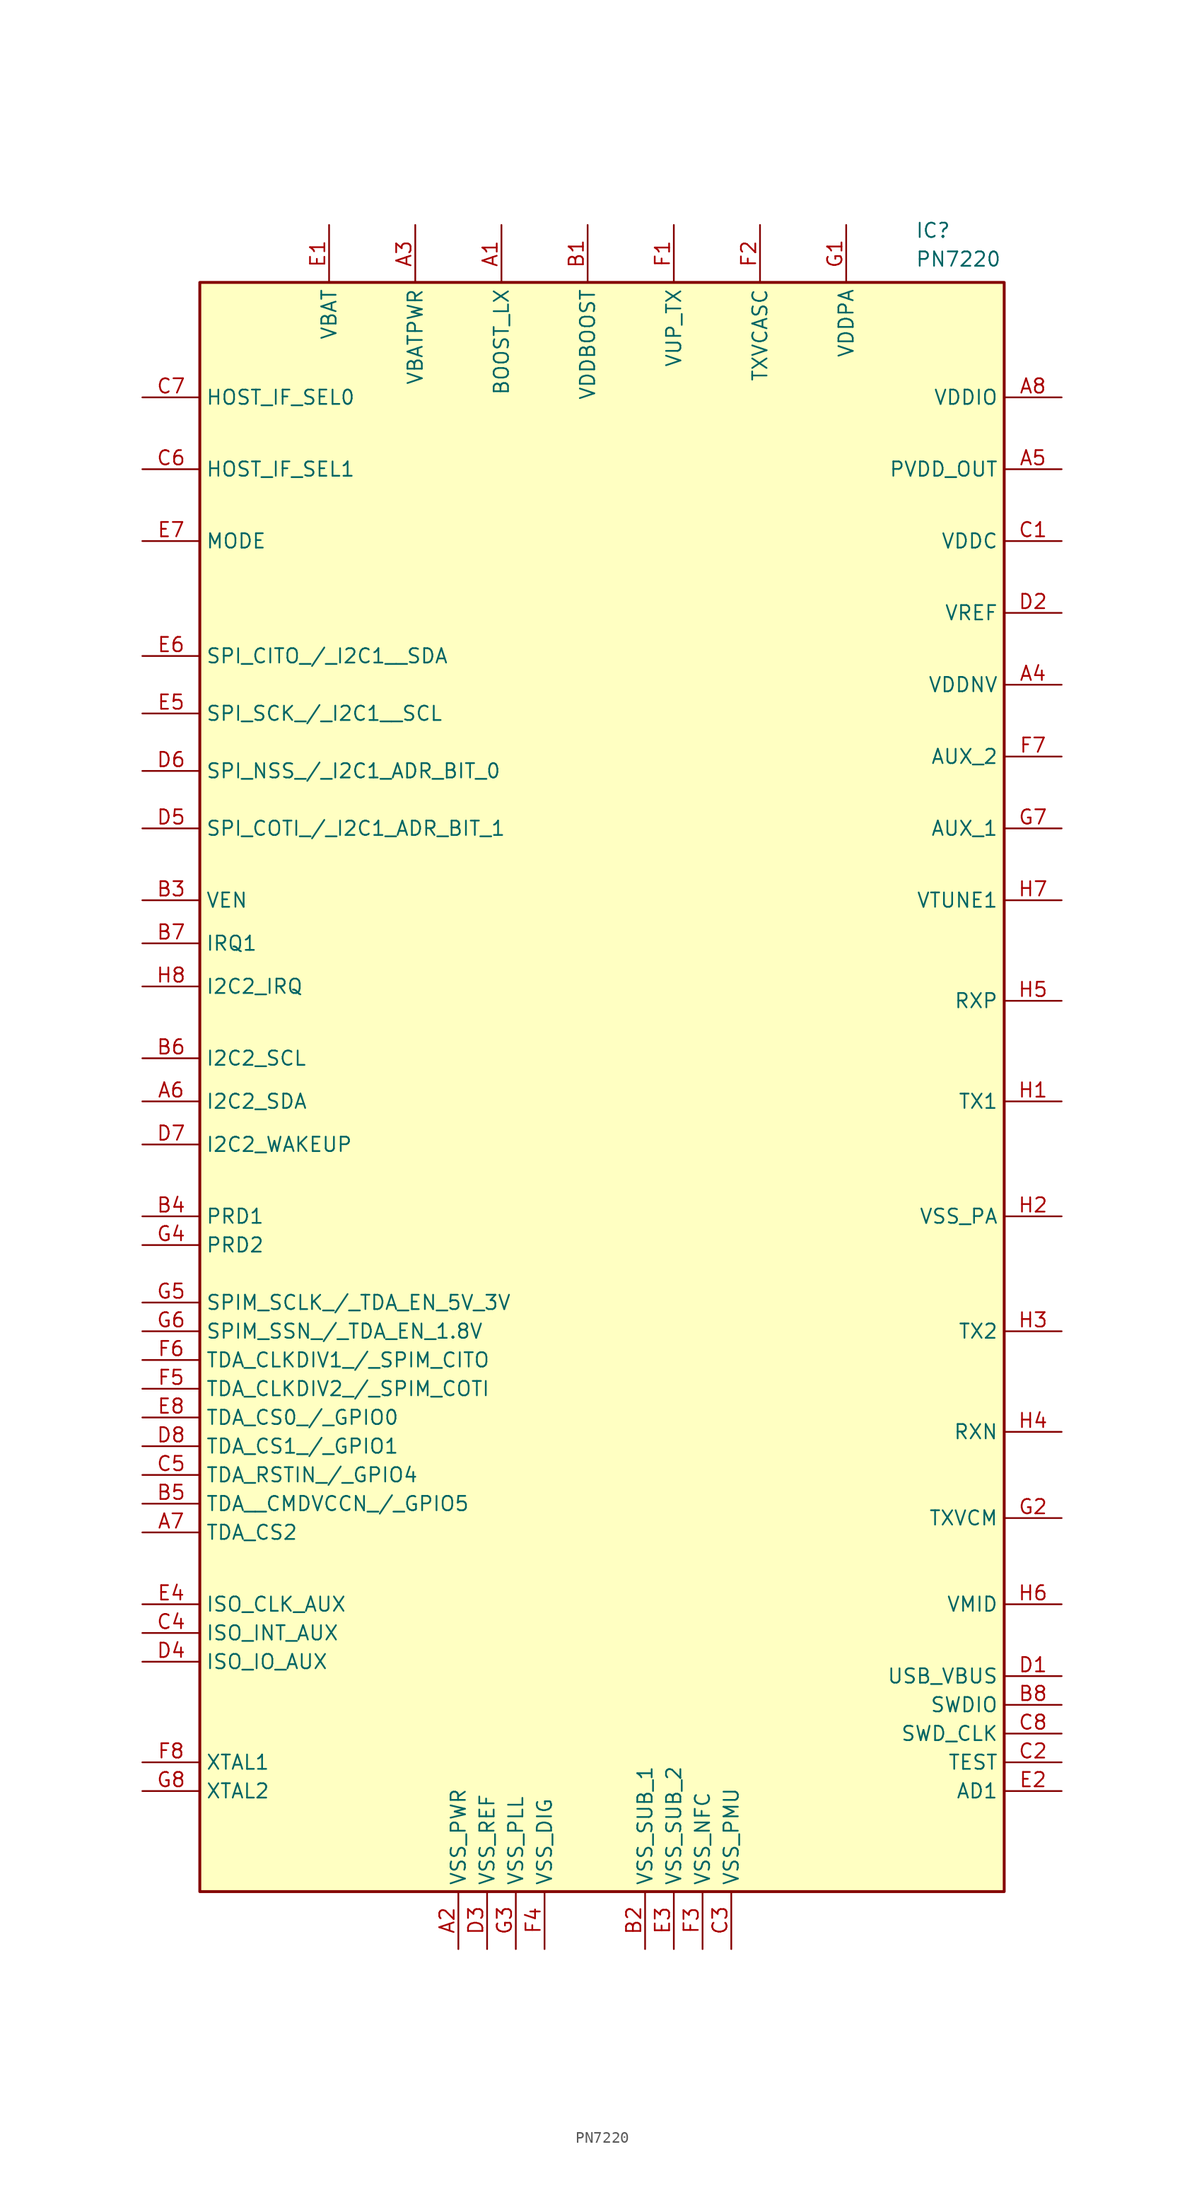
<source format=kicad_sym>
(kicad_symbol_lib
  (version 20241209)
  (generator "kicad_symbol_editor")
  (generator_version "9.0")
  (symbol "PN7220"
    (property "Reference" "IC"
      (at 63.246 5.334 0)
      (effects (font (size 1.27 1.27)) (justify left top)))
    (property "Value" "PN7220"
      (at 63.246 2.794 0)
      (effects (font (size 1.27 1.27)) (justify left top)))
    (symbol "PN7220_1_1"
      (rectangle (start 0 0) (end 71.12 -142.24) (stroke (width 0.254) (type default)) (fill (type background)))
      (pin passive line (at -5.08 -10.16 0) (length 5.08) (name "HOST_IF_SEL0" (effects (font (size 1.27 1.27)))) (number "C7" (effects (font (size 1.27 1.27)))))
      (pin passive line (at -5.08 -16.51 0) (length 5.08) (name "HOST_IF_SEL1" (effects (font (size 1.27 1.27)))) (number "C6" (effects (font (size 1.27 1.27)))))
      (pin passive line (at -5.08 -22.86 0) (length 5.08) (name "MODE" (effects (font (size 1.27 1.27)))) (number "E7" (effects (font (size 1.27 1.27)))))
      (pin passive line (at -5.08 -33.02 0) (length 5.08) (name "SPI_CITO_/_I2C1__SDA" (effects (font (size 1.27 1.27)))) (number "E6" (effects (font (size 1.27 1.27)))))
      (pin passive line (at -5.08 -38.1 0) (length 5.08) (name "SPI_SCK_/_I2C1__SCL" (effects (font (size 1.27 1.27)))) (number "E5" (effects (font (size 1.27 1.27)))))
      (pin passive line (at -5.08 -43.18 0) (length 5.08) (name "SPI_NSS_/_I2C1_ADR_BIT_0" (effects (font (size 1.27 1.27)))) (number "D6" (effects (font (size 1.27 1.27)))))
      (pin passive line (at -5.08 -48.26 0) (length 5.08) (name "SPI_COTI_/_I2C1_ADR_BIT_1" (effects (font (size 1.27 1.27)))) (number "D5" (effects (font (size 1.27 1.27)))))
      (pin passive line (at -5.08 -54.61 0) (length 5.08) (name "VEN" (effects (font (size 1.27 1.27)))) (number "B3" (effects (font (size 1.27 1.27)))))
      (pin passive line (at -5.08 -58.42 0) (length 5.08) (name "IRQ1" (effects (font (size 1.27 1.27)))) (number "B7" (effects (font (size 1.27 1.27)))))
      (pin passive line (at -5.08 -62.23 0) (length 5.08) (name "I2C2_IRQ" (effects (font (size 1.27 1.27)))) (number "H8" (effects (font (size 1.27 1.27)))))
      (pin passive line (at -5.08 -68.58 0) (length 5.08) (name "I2C2_SCL" (effects (font (size 1.27 1.27)))) (number "B6" (effects (font (size 1.27 1.27)))))
      (pin passive line (at -5.08 -72.39 0) (length 5.08) (name "I2C2_SDA" (effects (font (size 1.27 1.27)))) (number "A6" (effects (font (size 1.27 1.27)))))
      (pin passive line (at -5.08 -76.2 0) (length 5.08) (name "I2C2_WAKEUP" (effects (font (size 1.27 1.27)))) (number "D7" (effects (font (size 1.27 1.27)))))
      (pin passive line (at -5.08 -82.55 0) (length 5.08) (name "PRD1" (effects (font (size 1.27 1.27)))) (number "B4" (effects (font (size 1.27 1.27)))))
      (pin passive line (at -5.08 -85.09 0) (length 5.08) (name "PRD2" (effects (font (size 1.27 1.27)))) (number "G4" (effects (font (size 1.27 1.27)))))
      (pin passive line (at -5.08 -90.17 0) (length 5.08) (name "SPIM_SCLK_/_TDA_EN_5V_3V" (effects (font (size 1.27 1.27)))) (number "G5" (effects (font (size 1.27 1.27)))))
      (pin passive line (at -5.08 -92.71 0) (length 5.08) (name "SPIM_SSN_/_TDA_EN_1.8V" (effects (font (size 1.27 1.27)))) (number "G6" (effects (font (size 1.27 1.27)))))
      (pin passive line (at -5.08 -95.25 0) (length 5.08) (name "TDA_CLKDIV1_/_SPIM_CITO" (effects (font (size 1.27 1.27)))) (number "F6" (effects (font (size 1.27 1.27)))))
      (pin passive line (at -5.08 -97.79 0) (length 5.08) (name "TDA_CLKDIV2_/_SPIM_COTI" (effects (font (size 1.27 1.27)))) (number "F5" (effects (font (size 1.27 1.27)))))
      (pin passive line (at -5.08 -100.33 0) (length 5.08) (name "TDA_CS0_/_GPIO0" (effects (font (size 1.27 1.27)))) (number "E8" (effects (font (size 1.27 1.27)))))
      (pin passive line (at -5.08 -102.87 0) (length 5.08) (name "TDA_CS1_/_GPIO1" (effects (font (size 1.27 1.27)))) (number "D8" (effects (font (size 1.27 1.27)))))
      (pin passive line (at -5.08 -105.41 0) (length 5.08) (name "TDA_RSTIN_/_GPIO4" (effects (font (size 1.27 1.27)))) (number "C5" (effects (font (size 1.27 1.27)))))
      (pin passive line (at -5.08 -107.95 0) (length 5.08) (name "TDA__CMDVCCN_/_GPIO5" (effects (font (size 1.27 1.27)))) (number "B5" (effects (font (size 1.27 1.27)))))
      (pin passive line (at -5.08 -110.49 0) (length 5.08) (name "TDA_CS2" (effects (font (size 1.27 1.27)))) (number "A7" (effects (font (size 1.27 1.27)))))
      (pin passive line (at -5.08 -116.84 0) (length 5.08) (name "ISO_CLK_AUX" (effects (font (size 1.27 1.27)))) (number "E4" (effects (font (size 1.27 1.27)))))
      (pin passive line (at -5.08 -119.38 0) (length 5.08) (name "ISO_INT_AUX" (effects (font (size 1.27 1.27)))) (number "C4" (effects (font (size 1.27 1.27)))))
      (pin passive line (at -5.08 -121.92 0) (length 5.08) (name "ISO_IO_AUX" (effects (font (size 1.27 1.27)))) (number "D4" (effects (font (size 1.27 1.27)))))
      (pin passive line (at -5.08 -130.81 0) (length 5.08) (name "XTAL1" (effects (font (size 1.27 1.27)))) (number "F8" (effects (font (size 1.27 1.27)))))
      (pin passive line (at -5.08 -133.35 0) (length 5.08) (name "XTAL2" (effects (font (size 1.27 1.27)))) (number "G8" (effects (font (size 1.27 1.27)))))
      (pin passive line (at 11.43 5.08 270) (length 5.08) (name "VBAT" (effects (font (size 1.27 1.27)))) (number "E1" (effects (font (size 1.27 1.27)))))
      (pin passive line (at 19.05 5.08 270) (length 5.08) (name "VBATPWR" (effects (font (size 1.27 1.27)))) (number "A3" (effects (font (size 1.27 1.27)))))
      (pin passive line (at 22.86 -147.32 90) (length 5.08) (name "VSS_PWR" (effects (font (size 1.27 1.27)))) (number "A2" (effects (font (size 1.27 1.27)))))
      (pin passive line (at 25.4 -147.32 90) (length 5.08) (name "VSS_REF" (effects (font (size 1.27 1.27)))) (number "D3" (effects (font (size 1.27 1.27)))))
      (pin passive line (at 26.67 5.08 270) (length 5.08) (name "BOOST_LX" (effects (font (size 1.27 1.27)))) (number "A1" (effects (font (size 1.27 1.27)))))
      (pin passive line (at 27.94 -147.32 90) (length 5.08) (name "VSS_PLL" (effects (font (size 1.27 1.27)))) (number "G3" (effects (font (size 1.27 1.27)))))
      (pin passive line (at 30.48 -147.32 90) (length 5.08) (name "VSS_DIG" (effects (font (size 1.27 1.27)))) (number "F4" (effects (font (size 1.27 1.27)))))
      (pin passive line (at 34.29 5.08 270) (length 5.08) (name "VDDBOOST" (effects (font (size 1.27 1.27)))) (number "B1" (effects (font (size 1.27 1.27)))))
      (pin passive line (at 39.37 -147.32 90) (length 5.08) (name "VSS_SUB_1" (effects (font (size 1.27 1.27)))) (number "B2" (effects (font (size 1.27 1.27)))))
      (pin passive line (at 41.91 5.08 270) (length 5.08) (name "VUP_TX" (effects (font (size 1.27 1.27)))) (number "F1" (effects (font (size 1.27 1.27)))))
      (pin passive line (at 41.91 -147.32 90) (length 5.08) (name "VSS_SUB_2" (effects (font (size 1.27 1.27)))) (number "E3" (effects (font (size 1.27 1.27)))))
      (pin passive line (at 44.45 -147.32 90) (length 5.08) (name "VSS_NFC" (effects (font (size 1.27 1.27)))) (number "F3" (effects (font (size 1.27 1.27)))))
      (pin passive line (at 46.99 -147.32 90) (length 5.08) (name "VSS_PMU" (effects (font (size 1.27 1.27)))) (number "C3" (effects (font (size 1.27 1.27)))))
      (pin passive line (at 49.53 5.08 270) (length 5.08) (name "TXVCASC" (effects (font (size 1.27 1.27)))) (number "F2" (effects (font (size 1.27 1.27)))))
      (pin passive line (at 57.15 5.08 270) (length 5.08) (name "VDDPA" (effects (font (size 1.27 1.27)))) (number "G1" (effects (font (size 1.27 1.27)))))
      (pin passive line (at 76.2 -10.16 180) (length 5.08) (name "VDDIO" (effects (font (size 1.27 1.27)))) (number "A8" (effects (font (size 1.27 1.27)))))
      (pin passive line (at 76.2 -16.51 180) (length 5.08) (name "PVDD_OUT" (effects (font (size 1.27 1.27)))) (number "A5" (effects (font (size 1.27 1.27)))))
      (pin passive line (at 76.2 -22.86 180) (length 5.08) (name "VDDC" (effects (font (size 1.27 1.27)))) (number "C1" (effects (font (size 1.27 1.27)))))
      (pin passive line (at 76.2 -29.21 180) (length 5.08) (name "VREF" (effects (font (size 1.27 1.27)))) (number "D2" (effects (font (size 1.27 1.27)))))
      (pin passive line (at 76.2 -35.56 180) (length 5.08) (name "VDDNV" (effects (font (size 1.27 1.27)))) (number "A4" (effects (font (size 1.27 1.27)))))
      (pin passive line (at 76.2 -41.91 180) (length 5.08) (name "AUX_2" (effects (font (size 1.27 1.27)))) (number "F7" (effects (font (size 1.27 1.27)))))
      (pin passive line (at 76.2 -48.26 180) (length 5.08) (name "AUX_1" (effects (font (size 1.27 1.27)))) (number "G7" (effects (font (size 1.27 1.27)))))
      (pin passive line (at 76.2 -54.61 180) (length 5.08) (name "VTUNE1" (effects (font (size 1.27 1.27)))) (number "H7" (effects (font (size 1.27 1.27)))))
      (pin passive line (at 76.2 -63.5 180) (length 5.08) (name "RXP" (effects (font (size 1.27 1.27)))) (number "H5" (effects (font (size 1.27 1.27)))))
      (pin passive line (at 76.2 -72.39 180) (length 5.08) (name "TX1" (effects (font (size 1.27 1.27)))) (number "H1" (effects (font (size 1.27 1.27)))))
      (pin passive line (at 76.2 -82.55 180) (length 5.08) (name "VSS_PA" (effects (font (size 1.27 1.27)))) (number "H2" (effects (font (size 1.27 1.27)))))
      (pin passive line (at 76.2 -92.71 180) (length 5.08) (name "TX2" (effects (font (size 1.27 1.27)))) (number "H3" (effects (font (size 1.27 1.27)))))
      (pin passive line (at 76.2 -101.6 180) (length 5.08) (name "RXN" (effects (font (size 1.27 1.27)))) (number "H4" (effects (font (size 1.27 1.27)))))
      (pin passive line (at 76.2 -109.22 180) (length 5.08) (name "TXVCM" (effects (font (size 1.27 1.27)))) (number "G2" (effects (font (size 1.27 1.27)))))
      (pin passive line (at 76.2 -116.84 180) (length 5.08) (name "VMID" (effects (font (size 1.27 1.27)))) (number "H6" (effects (font (size 1.27 1.27)))))
      (pin passive line (at 76.2 -123.19 180) (length 5.08) (name "USB_VBUS" (effects (font (size 1.27 1.27)))) (number "D1" (effects (font (size 1.27 1.27)))))
      (pin passive line (at 76.2 -125.73 180) (length 5.08) (name "SWDIO" (effects (font (size 1.27 1.27)))) (number "B8" (effects (font (size 1.27 1.27)))))
      (pin passive line (at 76.2 -128.27 180) (length 5.08) (name "SWD_CLK" (effects (font (size 1.27 1.27)))) (number "C8" (effects (font (size 1.27 1.27)))))
      (pin passive line (at 76.2 -130.81 180) (length 5.08) (name "TEST" (effects (font (size 1.27 1.27)))) (number "C2" (effects (font (size 1.27 1.27)))))
      (pin passive line (at 76.2 -133.35 180) (length 5.08) (name "AD1" (effects (font (size 1.27 1.27)))) (number "E2" (effects (font (size 1.27 1.27))))))))
</source>
